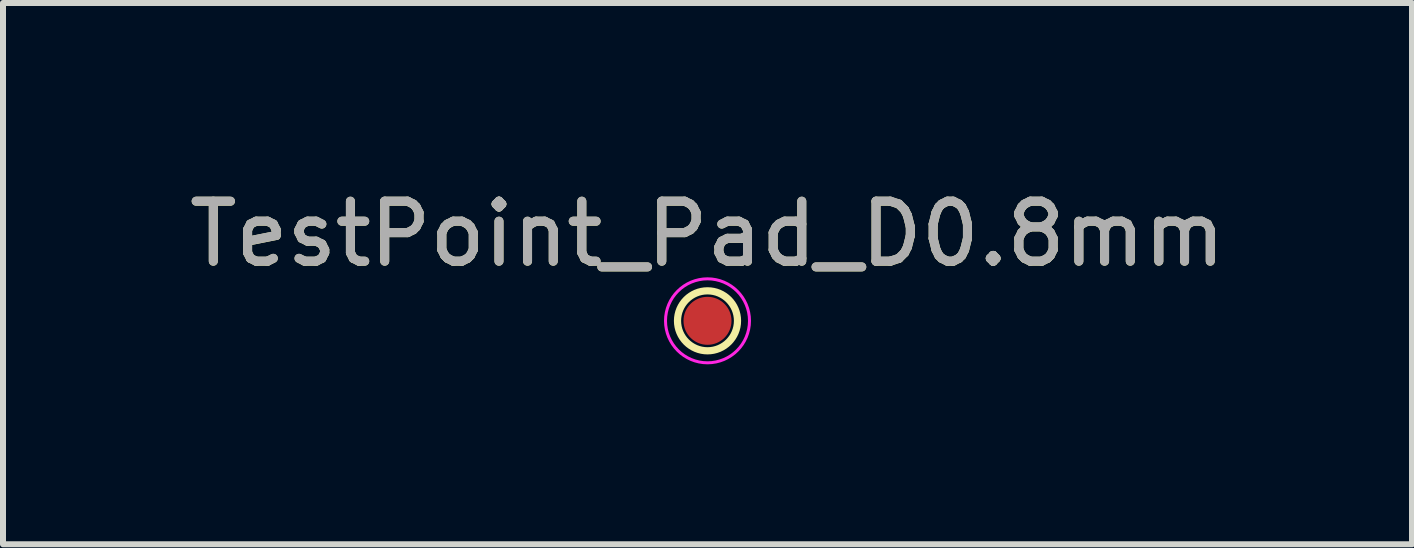
<source format=kicad_pcb>
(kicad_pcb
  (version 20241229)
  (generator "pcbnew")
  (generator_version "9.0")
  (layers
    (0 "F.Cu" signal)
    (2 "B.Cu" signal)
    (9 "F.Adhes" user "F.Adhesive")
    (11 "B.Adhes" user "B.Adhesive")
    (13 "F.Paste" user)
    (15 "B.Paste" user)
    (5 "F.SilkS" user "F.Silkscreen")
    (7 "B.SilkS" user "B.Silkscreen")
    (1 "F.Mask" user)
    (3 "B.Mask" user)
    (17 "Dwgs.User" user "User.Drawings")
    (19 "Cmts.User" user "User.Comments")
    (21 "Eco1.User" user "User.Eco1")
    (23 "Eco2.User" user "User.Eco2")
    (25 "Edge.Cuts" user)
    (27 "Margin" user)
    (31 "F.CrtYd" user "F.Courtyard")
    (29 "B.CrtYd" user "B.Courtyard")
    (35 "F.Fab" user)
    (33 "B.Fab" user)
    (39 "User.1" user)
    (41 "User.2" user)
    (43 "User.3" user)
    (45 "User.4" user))
  (footprint "TestPoint_Pad_D0.8mm"
    (layer "F.Cu")
    (at 8.744 2.298)
    (property "Reference" "TestPoint_Pad_D0.8mm" (at 0 -1.448 0) (layer "F.SilkS") (effects (font (size 1 1) (thickness 0.15))))
    (attr exclude_from_pos_files exclude_from_bom)
    (fp_circle (center 0 0) (end 0.5 0) (stroke (width 0.12) (type solid)) (fill no) (layer "F.SilkS"))
    (fp_circle (center 0 0) (end 0.7 0) (stroke (width 0.05) (type solid)) (fill no) (layer "F.CrtYd"))
    (fp_text user "${REFERENCE}" (at 0 -1.45 0) (layer "F.Fab") (effects (font (size 1 1) (thickness 0.15))))
    (pad "1" smd circle (at 0 0) (size 0.8 0.8) (layers "F.Cu" "F.Mask")))
  (gr_rect
    (start -3 -3)
    (end 20.488 6.023)
    (stroke (width 0.1) (type default))
    (fill no)
    (layer "Edge.Cuts")))
</source>
